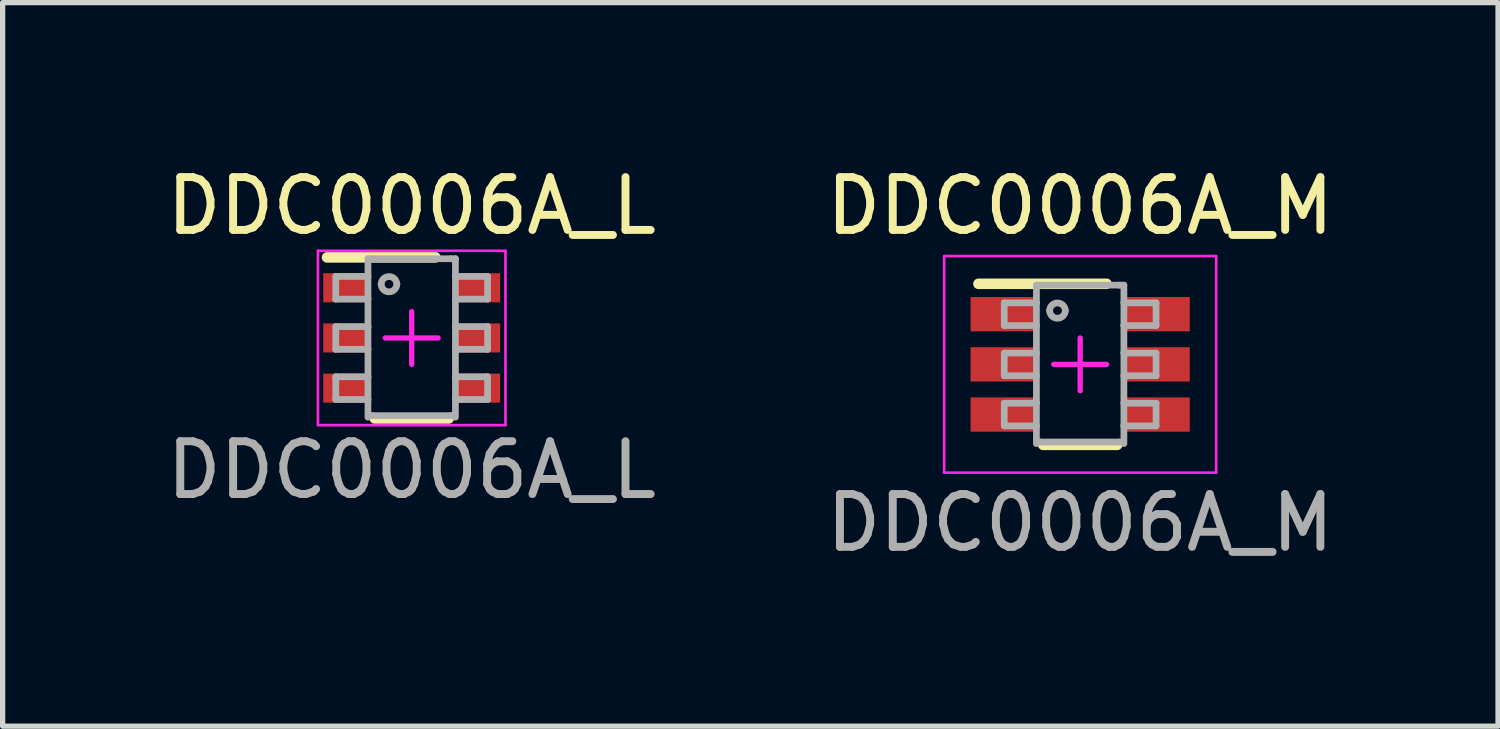
<source format=kicad_pcb>
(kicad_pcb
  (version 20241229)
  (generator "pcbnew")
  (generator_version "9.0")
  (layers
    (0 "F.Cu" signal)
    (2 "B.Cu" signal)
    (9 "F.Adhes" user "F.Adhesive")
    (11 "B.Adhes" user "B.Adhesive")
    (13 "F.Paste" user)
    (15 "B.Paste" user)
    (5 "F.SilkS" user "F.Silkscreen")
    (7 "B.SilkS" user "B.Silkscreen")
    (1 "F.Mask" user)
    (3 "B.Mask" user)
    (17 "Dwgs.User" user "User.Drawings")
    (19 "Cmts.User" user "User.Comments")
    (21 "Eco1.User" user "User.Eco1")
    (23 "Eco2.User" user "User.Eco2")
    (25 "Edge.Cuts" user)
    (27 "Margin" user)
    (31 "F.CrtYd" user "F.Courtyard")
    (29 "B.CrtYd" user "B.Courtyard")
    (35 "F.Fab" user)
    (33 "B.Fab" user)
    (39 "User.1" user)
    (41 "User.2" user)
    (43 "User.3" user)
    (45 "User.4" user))
  (footprint "DDC0006A_M"
    (layer "F.Cu")
    (at 17.399 3.848)
    (property "Reference" "DDC0006A_M" (at 0 -3 0) (unlocked yes) (layer "F.SilkS") (effects (font (size 1 1) (thickness 0.15))))
    (attr smd)
    (fp_line (start -1.925 -1.525) (end 0.5 -1.525) (stroke (width 0.2) (type solid)) (layer "F.SilkS"))
    (fp_line (start -0.7 1.524) (end 0.7 1.524) (stroke (width 0.2) (type solid)) (layer "F.SilkS"))
    (fp_line (start -2.575 -2.05) (end 2.575 -2.05) (stroke (width 0.05) (type solid)) (layer "F.CrtYd"))
    (fp_line (start -2.575 2.05) (end -2.575 -2.05) (stroke (width 0.05) (type solid)) (layer "F.CrtYd"))
    (fp_line (start -2.575 2.05) (end 2.575 2.05) (stroke (width 0.05) (type solid)) (layer "F.CrtYd"))
    (fp_line (start -0.5 0) (end 0.5 0) (stroke (width 0.1) (type solid)) (layer "F.CrtYd"))
    (fp_line (start 0 0.5) (end 0 -0.5) (stroke (width 0.1) (type solid)) (layer "F.CrtYd"))
    (fp_line (start 2.575 2.05) (end 2.575 -2.05) (stroke (width 0.05) (type solid)) (layer "F.CrtYd"))
    (fp_line (start -1.437 -1.165) (end -0.825 -1.165) (stroke (width 0.127) (type solid)) (layer "F.Fab"))
    (fp_line (start -1.437 -0.735) (end -1.437 -1.165) (stroke (width 0.127) (type solid)) (layer "F.Fab"))
    (fp_line (start -1.437 -0.735) (end -0.825 -0.735) (stroke (width 0.127) (type solid)) (layer "F.Fab"))
    (fp_line (start -1.437 -0.215) (end -0.825 -0.215) (stroke (width 0.127) (type solid)) (layer "F.Fab"))
    (fp_line (start -1.437 0.215) (end -1.437 -0.215) (stroke (width 0.127) (type solid)) (layer "F.Fab"))
    (fp_line (start -1.437 0.215) (end -0.825 0.215) (stroke (width 0.127) (type solid)) (layer "F.Fab"))
    (fp_line (start -1.437 0.735) (end -0.825 0.735) (stroke (width 0.127) (type solid)) (layer "F.Fab"))
    (fp_line (start -1.437 1.165) (end -1.437 0.735) (stroke (width 0.127) (type solid)) (layer "F.Fab"))
    (fp_line (start -1.437 1.165) (end -0.825 1.165) (stroke (width 0.127) (type solid)) (layer "F.Fab"))
    (fp_line (start -0.828 -1.5) (end 0.828 -1.5) (stroke (width 0.127) (type solid)) (layer "F.Fab"))
    (fp_line (start -0.828 1.5) (end -0.828 -1.5) (stroke (width 0.127) (type solid)) (layer "F.Fab"))
    (fp_line (start -0.754 -1.5) (end -0.75 -1.5) (stroke (width 0.127) (type solid)) (layer "F.Fab"))
    (fp_line (start -0.754 1.47) (end -0.75 1.47) (stroke (width 0.127) (type solid)) (layer "F.Fab"))
    (fp_line (start -0.75 1.47) (end 0.743 1.47) (stroke (width 0.127) (type solid)) (layer "F.Fab"))
    (fp_line (start 0.743 -1.5) (end 0.747 -1.5) (stroke (width 0.127) (type solid)) (layer "F.Fab"))
    (fp_line (start 0.743 1.47) (end 0.747 1.47) (stroke (width 0.127) (type solid)) (layer "F.Fab"))
    (fp_line (start 0.825 -1.165) (end 1.437 -1.165) (stroke (width 0.127) (type solid)) (layer "F.Fab"))
    (fp_line (start 0.825 -0.735) (end 1.437 -0.735) (stroke (width 0.127) (type solid)) (layer "F.Fab"))
    (fp_line (start 0.825 -0.215) (end 1.437 -0.215) (stroke (width 0.127) (type solid)) (layer "F.Fab"))
    (fp_line (start 0.825 0.215) (end 1.437 0.215) (stroke (width 0.127) (type solid)) (layer "F.Fab"))
    (fp_line (start 0.825 0.735) (end 1.437 0.735) (stroke (width 0.127) (type solid)) (layer "F.Fab"))
    (fp_line (start 0.825 1.165) (end 1.437 1.165) (stroke (width 0.127) (type solid)) (layer "F.Fab"))
    (fp_line (start 0.828 1.5) (end 0.828 -1.5) (stroke (width 0.127) (type solid)) (layer "F.Fab"))
    (fp_line (start 1.437 -0.735) (end 1.437 -1.165) (stroke (width 0.127) (type solid)) (layer "F.Fab"))
    (fp_line (start 1.437 0.215) (end 1.437 -0.215) (stroke (width 0.127) (type solid)) (layer "F.Fab"))
    (fp_line (start 1.437 1.165) (end 1.437 0.735) (stroke (width 0.127) (type solid)) (layer "F.Fab"))
    (fp_arc (start -0.578322 -1.017679) (mid -0.429542 -1.166459) (end -0.280761 -1.017679) (stroke (width 0.127) (type solid)) (layer "F.Fab"))
    (fp_arc (start -0.280761 -1.017679) (mid -0.429542 -0.868898) (end -0.578322 -1.017679) (stroke (width 0.127) (type solid)) (layer "F.Fab"))
    (fp_text user "${REFERENCE}" (at 0 3 0) (unlocked yes) (layer "F.Fab") (effects (font (size 1 1) (thickness 0.15))))
    (pad "1" smd rect (at -1.475 -0.95 90) (size 0.65 1.2) (layers "F.Cu" "F.Mask" "F.Paste"))
    (pad "2" smd rect (at -1.475 0 90) (size 0.65 1.2) (layers "F.Cu" "F.Mask" "F.Paste"))
    (pad "3" smd rect (at -1.475 0.95 90) (size 0.65 1.2) (layers "F.Cu" "F.Mask" "F.Paste"))
    (pad "4" smd rect (at 1.475 0.95 90) (size 0.65 1.2) (layers "F.Cu" "F.Mask" "F.Paste"))
    (pad "5" smd rect (at 1.475 0 90) (size 0.65 1.2) (layers "F.Cu" "F.Mask" "F.Paste"))
    (pad "6" smd rect (at 1.475 -0.95 90) (size 0.65 1.2) (layers "F.Cu" "F.Mask" "F.Paste")))
  (footprint "DDC0006A_L"
    (layer "F.Cu")
    (at 4.744 3.348)
    (property "Reference" "DDC0006A_L" (at 0 -2.5 0) (unlocked yes) (layer "F.SilkS") (effects (font (size 1 1) (thickness 0.15))))
    (attr smd)
    (fp_line (start -1.603 -1.525) (end 0.45 -1.525) (stroke (width 0.2) (type solid)) (layer "F.SilkS"))
    (fp_line (start -0.7 1.524) (end 0.7 1.524) (stroke (width 0.2) (type solid)) (layer "F.SilkS"))
    (fp_line (start -1.775 -1.65) (end 1.775 -1.65) (stroke (width 0.05) (type solid)) (layer "F.CrtYd"))
    (fp_line (start -1.775 1.65) (end -1.775 -1.65) (stroke (width 0.05) (type solid)) (layer "F.CrtYd"))
    (fp_line (start -1.775 1.65) (end 1.775 1.65) (stroke (width 0.05) (type solid)) (layer "F.CrtYd"))
    (fp_line (start -0.5 0) (end 0.5 0) (stroke (width 0.1) (type solid)) (layer "F.CrtYd"))
    (fp_line (start 0 0.5) (end 0 -0.5) (stroke (width 0.1) (type solid)) (layer "F.CrtYd"))
    (fp_line (start 1.775 1.65) (end 1.775 -1.65) (stroke (width 0.05) (type solid)) (layer "F.CrtYd"))
    (fp_line (start -1.437 -1.165) (end -0.825 -1.165) (stroke (width 0.127) (type solid)) (layer "F.Fab"))
    (fp_line (start -1.437 -0.735) (end -1.437 -1.165) (stroke (width 0.127) (type solid)) (layer "F.Fab"))
    (fp_line (start -1.437 -0.735) (end -0.825 -0.735) (stroke (width 0.127) (type solid)) (layer "F.Fab"))
    (fp_line (start -1.437 -0.215) (end -0.825 -0.215) (stroke (width 0.127) (type solid)) (layer "F.Fab"))
    (fp_line (start -1.437 0.215) (end -1.437 -0.215) (stroke (width 0.127) (type solid)) (layer "F.Fab"))
    (fp_line (start -1.437 0.215) (end -0.825 0.215) (stroke (width 0.127) (type solid)) (layer "F.Fab"))
    (fp_line (start -1.437 0.735) (end -0.825 0.735) (stroke (width 0.127) (type solid)) (layer "F.Fab"))
    (fp_line (start -1.437 1.165) (end -1.437 0.735) (stroke (width 0.127) (type solid)) (layer "F.Fab"))
    (fp_line (start -1.437 1.165) (end -0.825 1.165) (stroke (width 0.127) (type solid)) (layer "F.Fab"))
    (fp_line (start -0.828 -1.5) (end 0.828 -1.5) (stroke (width 0.127) (type solid)) (layer "F.Fab"))
    (fp_line (start -0.828 1.5) (end -0.828 -1.5) (stroke (width 0.127) (type solid)) (layer "F.Fab"))
    (fp_line (start -0.754 -1.5) (end -0.75 -1.5) (stroke (width 0.127) (type solid)) (layer "F.Fab"))
    (fp_line (start -0.754 1.47) (end -0.75 1.47) (stroke (width 0.127) (type solid)) (layer "F.Fab"))
    (fp_line (start -0.75 1.47) (end 0.743 1.47) (stroke (width 0.127) (type solid)) (layer "F.Fab"))
    (fp_line (start 0.743 -1.5) (end 0.747 -1.5) (stroke (width 0.127) (type solid)) (layer "F.Fab"))
    (fp_line (start 0.743 1.47) (end 0.747 1.47) (stroke (width 0.127) (type solid)) (layer "F.Fab"))
    (fp_line (start 0.825 -1.165) (end 1.437 -1.165) (stroke (width 0.127) (type solid)) (layer "F.Fab"))
    (fp_line (start 0.825 -0.735) (end 1.437 -0.735) (stroke (width 0.127) (type solid)) (layer "F.Fab"))
    (fp_line (start 0.825 -0.215) (end 1.437 -0.215) (stroke (width 0.127) (type solid)) (layer "F.Fab"))
    (fp_line (start 0.825 0.215) (end 1.437 0.215) (stroke (width 0.127) (type solid)) (layer "F.Fab"))
    (fp_line (start 0.825 0.735) (end 1.437 0.735) (stroke (width 0.127) (type solid)) (layer "F.Fab"))
    (fp_line (start 0.825 1.165) (end 1.437 1.165) (stroke (width 0.127) (type solid)) (layer "F.Fab"))
    (fp_line (start 0.828 1.5) (end 0.828 -1.5) (stroke (width 0.127) (type solid)) (layer "F.Fab"))
    (fp_line (start 1.437 -0.735) (end 1.437 -1.165) (stroke (width 0.127) (type solid)) (layer "F.Fab"))
    (fp_line (start 1.437 0.215) (end 1.437 -0.215) (stroke (width 0.127) (type solid)) (layer "F.Fab"))
    (fp_line (start 1.437 1.165) (end 1.437 0.735) (stroke (width 0.127) (type solid)) (layer "F.Fab"))
    (fp_arc (start -0.578322 -1.017679) (mid -0.429542 -1.166459) (end -0.280761 -1.017679) (stroke (width 0.127) (type solid)) (layer "F.Fab"))
    (fp_arc (start -0.280761 -1.017679) (mid -0.429542 -0.868898) (end -0.578322 -1.017679) (stroke (width 0.127) (type solid)) (layer "F.Fab"))
    (fp_text user "${REFERENCE}" (at 0 2.5 0) (unlocked yes) (layer "F.Fab") (effects (font (size 1 1) (thickness 0.15))))
    (pad "1" smd rect (at -1.275 -0.95 90) (size 0.55 0.8) (layers "F.Cu" "F.Mask" "F.Paste"))
    (pad "2" smd rect (at -1.275 0 90) (size 0.55 0.8) (layers "F.Cu" "F.Mask" "F.Paste"))
    (pad "3" smd rect (at -1.275 0.95 90) (size 0.55 0.8) (layers "F.Cu" "F.Mask" "F.Paste"))
    (pad "4" smd rect (at 1.275 0.95 90) (size 0.55 0.8) (layers "F.Cu" "F.Mask" "F.Paste"))
    (pad "5" smd rect (at 1.275 0 90) (size 0.55 0.8) (layers "F.Cu" "F.Mask" "F.Paste"))
    (pad "6" smd rect (at 1.275 -0.95 90) (size 0.55 0.8) (layers "F.Cu" "F.Mask" "F.Paste")))
  (gr_rect
    (start -3 -3)
    (end 25.31 10.697)
    (stroke (width 0.1) (type default))
    (fill no)
    (layer "Edge.Cuts")))
</source>
